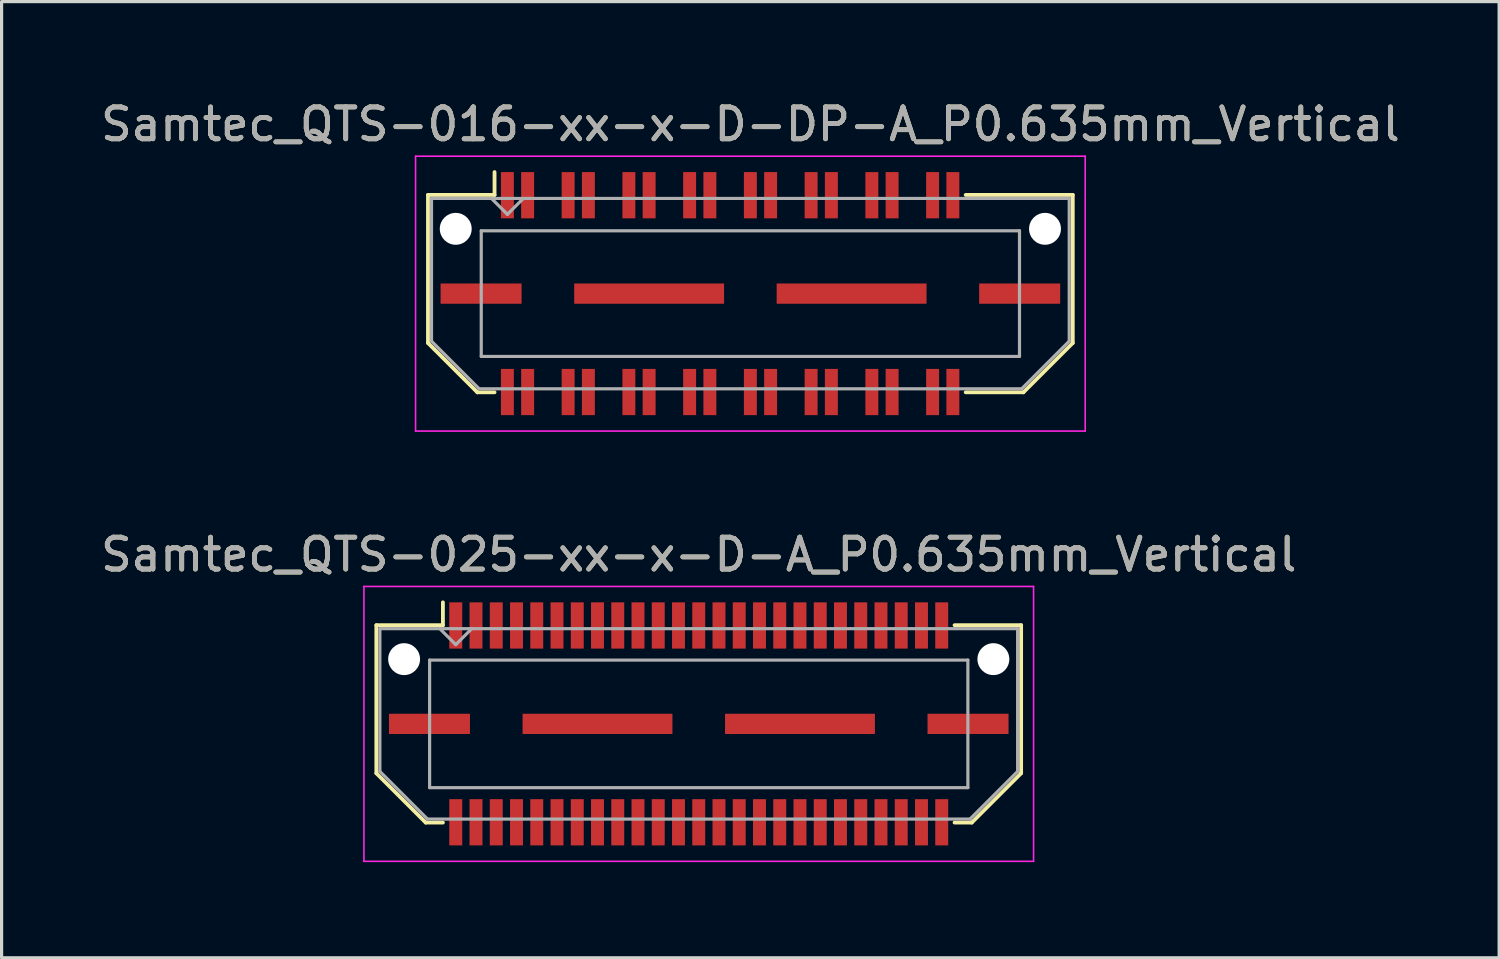
<source format=kicad_pcb>
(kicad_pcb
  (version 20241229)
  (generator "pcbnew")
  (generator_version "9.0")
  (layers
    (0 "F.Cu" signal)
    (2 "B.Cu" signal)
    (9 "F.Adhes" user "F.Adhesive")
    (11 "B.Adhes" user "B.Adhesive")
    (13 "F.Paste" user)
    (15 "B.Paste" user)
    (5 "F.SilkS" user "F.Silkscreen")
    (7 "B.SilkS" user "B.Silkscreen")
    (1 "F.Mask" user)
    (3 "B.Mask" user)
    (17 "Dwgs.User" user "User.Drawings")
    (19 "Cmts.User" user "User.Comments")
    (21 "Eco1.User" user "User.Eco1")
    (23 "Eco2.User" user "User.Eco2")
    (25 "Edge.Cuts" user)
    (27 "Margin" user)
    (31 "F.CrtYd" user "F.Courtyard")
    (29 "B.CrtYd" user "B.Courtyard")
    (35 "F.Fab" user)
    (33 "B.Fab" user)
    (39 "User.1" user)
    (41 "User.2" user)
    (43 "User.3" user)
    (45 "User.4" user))
  (footprint "Samtec_QTS-016-xx-x-D-DP-A_P0.635mm_Vertical"
    (layer "F.Cu")
    (at 20.482 6.158)
    (property "Reference" "Samtec_QTS-016-xx-x-D-DP-A_P0.635mm_Vertical" (at 0 -5.31 0) (layer "F.SilkS") (effects (font (size 1 1) (thickness 0.15))))
    (attr smd)
    (fp_line (start -10.11 -3.095) (end -10.11 1.548) (stroke (width 0.12) (type solid)) (layer "F.SilkS"))
    (fp_line (start -10.11 1.548) (end -8.562 3.095) (stroke (width 0.12) (type solid)) (layer "F.SilkS"))
    (fp_line (start -8.562 3.095) (end -8.023 3.095) (stroke (width 0.12) (type solid)) (layer "F.SilkS"))
    (fp_line (start -8.023 -3.811) (end -8.023 -3.095) (stroke (width 0.12) (type solid)) (layer "F.SilkS"))
    (fp_line (start -8.023 -3.095) (end -10.11 -3.095) (stroke (width 0.12) (type solid)) (layer "F.SilkS"))
    (fp_line (start 6.753 -3.095) (end 10.11 -3.095) (stroke (width 0.12) (type solid)) (layer "F.SilkS"))
    (fp_line (start 8.562 3.095) (end 6.753 3.095) (stroke (width 0.12) (type solid)) (layer "F.SilkS"))
    (fp_line (start 10.11 -3.095) (end 10.11 1.548) (stroke (width 0.12) (type solid)) (layer "F.SilkS"))
    (fp_line (start 10.11 1.548) (end 8.562 3.095) (stroke (width 0.12) (type solid)) (layer "F.SilkS"))
    (fp_line (start -10.5 -4.31) (end -10.5 4.31) (stroke (width 0.05) (type solid)) (layer "F.CrtYd"))
    (fp_line (start -10.5 4.31) (end 10.5 4.31) (stroke (width 0.05) (type solid)) (layer "F.CrtYd"))
    (fp_line (start 10.5 -4.31) (end -10.5 -4.31) (stroke (width 0.05) (type solid)) (layer "F.CrtYd"))
    (fp_line (start 10.5 4.31) (end 10.5 -4.31) (stroke (width 0.05) (type solid)) (layer "F.CrtYd"))
    (fp_line (start -10 -2.985) (end -10 1.492) (stroke (width 0.1) (type solid)) (layer "F.Fab"))
    (fp_line (start -10 -2.985) (end 10 -2.985) (stroke (width 0.1) (type solid)) (layer "F.Fab"))
    (fp_line (start -10 1.492) (end -8.508 2.985) (stroke (width 0.1) (type solid)) (layer "F.Fab"))
    (fp_line (start -8.508 2.985) (end 8.508 2.985) (stroke (width 0.1) (type solid)) (layer "F.Fab"))
    (fp_line (start -8.44 -1.97) (end -8.44 1.97) (stroke (width 0.1) (type solid)) (layer "F.Fab"))
    (fp_line (start -8.44 1.97) (end 8.44 1.97) (stroke (width 0.1) (type solid)) (layer "F.Fab"))
    (fp_line (start -7.62 -2.485) (end -8.12 -2.985) (stroke (width 0.1) (type solid)) (layer "F.Fab"))
    (fp_line (start -7.12 -2.985) (end -7.62 -2.485) (stroke (width 0.1) (type solid)) (layer "F.Fab"))
    (fp_line (start 8.44 -1.97) (end -8.44 -1.97) (stroke (width 0.1) (type solid)) (layer "F.Fab"))
    (fp_line (start 8.44 1.97) (end 8.44 -1.97) (stroke (width 0.1) (type solid)) (layer "F.Fab"))
    (fp_line (start 10 -2.985) (end 10 1.492) (stroke (width 0.1) (type solid)) (layer "F.Fab"))
    (fp_line (start 10 1.492) (end 8.508 2.985) (stroke (width 0.1) (type solid)) (layer "F.Fab"))
    (fp_text user "${REFERENCE}" (at 0 -5.31 0) (layer "F.Fab") (effects (font (size 1 1) (thickness 0.15))))
    (pad "" np_thru_hole circle (at -9.24 -2.032) (size 1 1) (drill 1) (layers "*.Cu" "*.Mask"))
    (pad "" np_thru_hole circle (at 9.24 -2.032) (size 1 1) (drill 1) (layers "*.Cu" "*.Mask"))
    (pad "1" smd rect (at -7.62 -3.086) (size 0.406 1.45) (layers "F.Cu" "F.Mask" "F.Paste"))
    (pad "2" smd rect (at -7.62 3.086) (size 0.406 1.45) (layers "F.Cu" "F.Mask" "F.Paste"))
    (pad "3" smd rect (at -6.985 -3.086) (size 0.406 1.45) (layers "F.Cu" "F.Mask" "F.Paste"))
    (pad "4" smd rect (at -6.985 3.086) (size 0.406 1.45) (layers "F.Cu" "F.Mask" "F.Paste"))
    (pad "5" smd rect (at -5.715 -3.086) (size 0.406 1.45) (layers "F.Cu" "F.Mask" "F.Paste"))
    (pad "6" smd rect (at -5.715 3.086) (size 0.406 1.45) (layers "F.Cu" "F.Mask" "F.Paste"))
    (pad "7" smd rect (at -5.08 -3.086) (size 0.406 1.45) (layers "F.Cu" "F.Mask" "F.Paste"))
    (pad "8" smd rect (at -5.08 3.086) (size 0.406 1.45) (layers "F.Cu" "F.Mask" "F.Paste"))
    (pad "9" smd rect (at -3.81 -3.086) (size 0.406 1.45) (layers "F.Cu" "F.Mask" "F.Paste"))
    (pad "10" smd rect (at -3.81 3.086) (size 0.406 1.45) (layers "F.Cu" "F.Mask" "F.Paste"))
    (pad "11" smd rect (at -3.175 -3.086) (size 0.406 1.45) (layers "F.Cu" "F.Mask" "F.Paste"))
    (pad "12" smd rect (at -3.175 3.086) (size 0.406 1.45) (layers "F.Cu" "F.Mask" "F.Paste"))
    (pad "13" smd rect (at -1.905 -3.086) (size 0.406 1.45) (layers "F.Cu" "F.Mask" "F.Paste"))
    (pad "14" smd rect (at -1.905 3.086) (size 0.406 1.45) (layers "F.Cu" "F.Mask" "F.Paste"))
    (pad "15" smd rect (at -1.27 -3.086) (size 0.406 1.45) (layers "F.Cu" "F.Mask" "F.Paste"))
    (pad "16" smd rect (at -1.27 3.086) (size 0.406 1.45) (layers "F.Cu" "F.Mask" "F.Paste"))
    (pad "17" smd rect (at 0 -3.086) (size 0.406 1.45) (layers "F.Cu" "F.Mask" "F.Paste"))
    (pad "18" smd rect (at 0 3.086) (size 0.406 1.45) (layers "F.Cu" "F.Mask" "F.Paste"))
    (pad "19" smd rect (at 0.635 -3.086) (size 0.406 1.45) (layers "F.Cu" "F.Mask" "F.Paste"))
    (pad "20" smd rect (at 0.635 3.086) (size 0.406 1.45) (layers "F.Cu" "F.Mask" "F.Paste"))
    (pad "21" smd rect (at 1.905 -3.086) (size 0.406 1.45) (layers "F.Cu" "F.Mask" "F.Paste"))
    (pad "22" smd rect (at 1.905 3.086) (size 0.406 1.45) (layers "F.Cu" "F.Mask" "F.Paste"))
    (pad "23" smd rect (at 2.54 -3.086) (size 0.406 1.45) (layers "F.Cu" "F.Mask" "F.Paste"))
    (pad "24" smd rect (at 2.54 3.086) (size 0.406 1.45) (layers "F.Cu" "F.Mask" "F.Paste"))
    (pad "25" smd rect (at 3.81 -3.086) (size 0.406 1.45) (layers "F.Cu" "F.Mask" "F.Paste"))
    (pad "26" smd rect (at 3.81 3.086) (size 0.406 1.45) (layers "F.Cu" "F.Mask" "F.Paste"))
    (pad "27" smd rect (at 4.445 -3.086) (size 0.406 1.45) (layers "F.Cu" "F.Mask" "F.Paste"))
    (pad "28" smd rect (at 4.445 3.086) (size 0.406 1.45) (layers "F.Cu" "F.Mask" "F.Paste"))
    (pad "29" smd rect (at 5.715 -3.086) (size 0.406 1.45) (layers "F.Cu" "F.Mask" "F.Paste"))
    (pad "30" smd rect (at 5.715 3.086) (size 0.406 1.45) (layers "F.Cu" "F.Mask" "F.Paste"))
    (pad "31" smd rect (at 6.35 -3.086) (size 0.406 1.45) (layers "F.Cu" "F.Mask" "F.Paste"))
    (pad "32" smd rect (at 6.35 3.086) (size 0.406 1.45) (layers "F.Cu" "F.Mask" "F.Paste"))
    (pad "P1" smd rect (at -8.445 0) (size 2.54 0.635) (layers "F.Cu" "F.Mask" "F.Paste"))
    (pad "P1" smd rect (at -3.175 0) (size 4.7 0.635) (layers "F.Cu" "F.Mask" "F.Paste"))
    (pad "P1" smd rect (at 3.175 0) (size 4.7 0.635) (layers "F.Cu" "F.Mask" "F.Paste"))
    (pad "P1" smd rect (at 8.445 0) (size 2.54 0.635) (layers "F.Cu" "F.Mask" "F.Paste")))
  (footprint "Samtec_QTS-025-xx-x-D-A_P0.635mm_Vertical"
    (layer "F.Cu")
    (at 18.863 19.651)
    (property "Reference" "Samtec_QTS-025-xx-x-D-A_P0.635mm_Vertical" (at 0 -5.31 0) (layer "F.SilkS") (effects (font (size 1 1) (thickness 0.15))))
    (attr smd)
    (fp_line (start -10.11 -3.095) (end -10.11 1.548) (stroke (width 0.12) (type solid)) (layer "F.SilkS"))
    (fp_line (start -10.11 1.548) (end -8.562 3.095) (stroke (width 0.12) (type solid)) (layer "F.SilkS"))
    (fp_line (start -8.562 3.095) (end -8.023 3.095) (stroke (width 0.12) (type solid)) (layer "F.SilkS"))
    (fp_line (start -8.023 -3.811) (end -8.023 -3.095) (stroke (width 0.12) (type solid)) (layer "F.SilkS"))
    (fp_line (start -8.023 -3.095) (end -10.11 -3.095) (stroke (width 0.12) (type solid)) (layer "F.SilkS"))
    (fp_line (start 8.023 -3.095) (end 10.11 -3.095) (stroke (width 0.12) (type solid)) (layer "F.SilkS"))
    (fp_line (start 8.562 3.095) (end 8.023 3.095) (stroke (width 0.12) (type solid)) (layer "F.SilkS"))
    (fp_line (start 10.11 -3.095) (end 10.11 1.548) (stroke (width 0.12) (type solid)) (layer "F.SilkS"))
    (fp_line (start 10.11 1.548) (end 8.562 3.095) (stroke (width 0.12) (type solid)) (layer "F.SilkS"))
    (fp_line (start -10.5 -4.31) (end -10.5 4.31) (stroke (width 0.05) (type solid)) (layer "F.CrtYd"))
    (fp_line (start -10.5 4.31) (end 10.5 4.31) (stroke (width 0.05) (type solid)) (layer "F.CrtYd"))
    (fp_line (start 10.5 -4.31) (end -10.5 -4.31) (stroke (width 0.05) (type solid)) (layer "F.CrtYd"))
    (fp_line (start 10.5 4.31) (end 10.5 -4.31) (stroke (width 0.05) (type solid)) (layer "F.CrtYd"))
    (fp_line (start -10 -2.985) (end -10 1.492) (stroke (width 0.1) (type solid)) (layer "F.Fab"))
    (fp_line (start -10 -2.985) (end 10 -2.985) (stroke (width 0.1) (type solid)) (layer "F.Fab"))
    (fp_line (start -10 1.492) (end -8.508 2.985) (stroke (width 0.1) (type solid)) (layer "F.Fab"))
    (fp_line (start -8.508 2.985) (end 8.508 2.985) (stroke (width 0.1) (type solid)) (layer "F.Fab"))
    (fp_line (start -8.44 -2) (end -8.44 2) (stroke (width 0.1) (type solid)) (layer "F.Fab"))
    (fp_line (start -8.44 2) (end 8.44 2) (stroke (width 0.1) (type solid)) (layer "F.Fab"))
    (fp_line (start -7.62 -2.485) (end -8.12 -2.985) (stroke (width 0.1) (type solid)) (layer "F.Fab"))
    (fp_line (start -7.12 -2.985) (end -7.62 -2.485) (stroke (width 0.1) (type solid)) (layer "F.Fab"))
    (fp_line (start 8.44 -2) (end -8.44 -2) (stroke (width 0.1) (type solid)) (layer "F.Fab"))
    (fp_line (start 8.44 2) (end 8.44 -2) (stroke (width 0.1) (type solid)) (layer "F.Fab"))
    (fp_line (start 10 -2.985) (end 10 1.492) (stroke (width 0.1) (type solid)) (layer "F.Fab"))
    (fp_line (start 10 1.492) (end 8.508 2.985) (stroke (width 0.1) (type solid)) (layer "F.Fab"))
    (fp_text user "${REFERENCE}" (at 0 -5.31 0) (layer "F.Fab") (effects (font (size 1 1) (thickness 0.15))))
    (pad "" np_thru_hole circle (at -9.24 -2.03) (size 1 1) (drill 1) (layers "*.Cu" "*.Mask"))
    (pad "" np_thru_hole circle (at 9.24 -2.03) (size 1 1) (drill 1) (layers "*.Cu" "*.Mask"))
    (pad "1" smd rect (at -7.62 -3.086) (size 0.406 1.45) (layers "F.Cu" "F.Mask" "F.Paste"))
    (pad "2" smd rect (at -7.62 3.086) (size 0.406 1.45) (layers "F.Cu" "F.Mask" "F.Paste"))
    (pad "3" smd rect (at -6.985 -3.086) (size 0.406 1.45) (layers "F.Cu" "F.Mask" "F.Paste"))
    (pad "4" smd rect (at -6.985 3.086) (size 0.406 1.45) (layers "F.Cu" "F.Mask" "F.Paste"))
    (pad "5" smd rect (at -6.35 -3.086) (size 0.406 1.45) (layers "F.Cu" "F.Mask" "F.Paste"))
    (pad "6" smd rect (at -6.35 3.086) (size 0.406 1.45) (layers "F.Cu" "F.Mask" "F.Paste"))
    (pad "7" smd rect (at -5.715 -3.086) (size 0.406 1.45) (layers "F.Cu" "F.Mask" "F.Paste"))
    (pad "8" smd rect (at -5.715 3.086) (size 0.406 1.45) (layers "F.Cu" "F.Mask" "F.Paste"))
    (pad "9" smd rect (at -5.08 -3.086) (size 0.406 1.45) (layers "F.Cu" "F.Mask" "F.Paste"))
    (pad "10" smd rect (at -5.08 3.086) (size 0.406 1.45) (layers "F.Cu" "F.Mask" "F.Paste"))
    (pad "11" smd rect (at -4.445 -3.086) (size 0.406 1.45) (layers "F.Cu" "F.Mask" "F.Paste"))
    (pad "12" smd rect (at -4.445 3.086) (size 0.406 1.45) (layers "F.Cu" "F.Mask" "F.Paste"))
    (pad "13" smd rect (at -3.81 -3.086) (size 0.406 1.45) (layers "F.Cu" "F.Mask" "F.Paste"))
    (pad "14" smd rect (at -3.81 3.086) (size 0.406 1.45) (layers "F.Cu" "F.Mask" "F.Paste"))
    (pad "15" smd rect (at -3.175 -3.086) (size 0.406 1.45) (layers "F.Cu" "F.Mask" "F.Paste"))
    (pad "16" smd rect (at -3.175 3.086) (size 0.406 1.45) (layers "F.Cu" "F.Mask" "F.Paste"))
    (pad "17" smd rect (at -2.54 -3.086) (size 0.406 1.45) (layers "F.Cu" "F.Mask" "F.Paste"))
    (pad "18" smd rect (at -2.54 3.086) (size 0.406 1.45) (layers "F.Cu" "F.Mask" "F.Paste"))
    (pad "19" smd rect (at -1.905 -3.086) (size 0.406 1.45) (layers "F.Cu" "F.Mask" "F.Paste"))
    (pad "20" smd rect (at -1.905 3.086) (size 0.406 1.45) (layers "F.Cu" "F.Mask" "F.Paste"))
    (pad "21" smd rect (at -1.27 -3.086) (size 0.406 1.45) (layers "F.Cu" "F.Mask" "F.Paste"))
    (pad "22" smd rect (at -1.27 3.086) (size 0.406 1.45) (layers "F.Cu" "F.Mask" "F.Paste"))
    (pad "23" smd rect (at -0.635 -3.086) (size 0.406 1.45) (layers "F.Cu" "F.Mask" "F.Paste"))
    (pad "24" smd rect (at -0.635 3.086) (size 0.406 1.45) (layers "F.Cu" "F.Mask" "F.Paste"))
    (pad "25" smd rect (at 0 -3.086) (size 0.406 1.45) (layers "F.Cu" "F.Mask" "F.Paste"))
    (pad "26" smd rect (at 0 3.086) (size 0.406 1.45) (layers "F.Cu" "F.Mask" "F.Paste"))
    (pad "27" smd rect (at 0.635 -3.086) (size 0.406 1.45) (layers "F.Cu" "F.Mask" "F.Paste"))
    (pad "28" smd rect (at 0.635 3.086) (size 0.406 1.45) (layers "F.Cu" "F.Mask" "F.Paste"))
    (pad "29" smd rect (at 1.27 -3.086) (size 0.406 1.45) (layers "F.Cu" "F.Mask" "F.Paste"))
    (pad "30" smd rect (at 1.27 3.086) (size 0.406 1.45) (layers "F.Cu" "F.Mask" "F.Paste"))
    (pad "31" smd rect (at 1.905 -3.086) (size 0.406 1.45) (layers "F.Cu" "F.Mask" "F.Paste"))
    (pad "32" smd rect (at 1.905 3.086) (size 0.406 1.45) (layers "F.Cu" "F.Mask" "F.Paste"))
    (pad "33" smd rect (at 2.54 -3.086) (size 0.406 1.45) (layers "F.Cu" "F.Mask" "F.Paste"))
    (pad "34" smd rect (at 2.54 3.086) (size 0.406 1.45) (layers "F.Cu" "F.Mask" "F.Paste"))
    (pad "35" smd rect (at 3.175 -3.086) (size 0.406 1.45) (layers "F.Cu" "F.Mask" "F.Paste"))
    (pad "36" smd rect (at 3.175 3.086) (size 0.406 1.45) (layers "F.Cu" "F.Mask" "F.Paste"))
    (pad "37" smd rect (at 3.81 -3.086) (size 0.406 1.45) (layers "F.Cu" "F.Mask" "F.Paste"))
    (pad "38" smd rect (at 3.81 3.086) (size 0.406 1.45) (layers "F.Cu" "F.Mask" "F.Paste"))
    (pad "39" smd rect (at 4.445 -3.086) (size 0.406 1.45) (layers "F.Cu" "F.Mask" "F.Paste"))
    (pad "40" smd rect (at 4.445 3.086) (size 0.406 1.45) (layers "F.Cu" "F.Mask" "F.Paste"))
    (pad "41" smd rect (at 5.08 -3.086) (size 0.406 1.45) (layers "F.Cu" "F.Mask" "F.Paste"))
    (pad "42" smd rect (at 5.08 3.086) (size 0.406 1.45) (layers "F.Cu" "F.Mask" "F.Paste"))
    (pad "43" smd rect (at 5.715 -3.086) (size 0.406 1.45) (layers "F.Cu" "F.Mask" "F.Paste"))
    (pad "44" smd rect (at 5.715 3.086) (size 0.406 1.45) (layers "F.Cu" "F.Mask" "F.Paste"))
    (pad "45" smd rect (at 6.35 -3.086) (size 0.406 1.45) (layers "F.Cu" "F.Mask" "F.Paste"))
    (pad "46" smd rect (at 6.35 3.086) (size 0.406 1.45) (layers "F.Cu" "F.Mask" "F.Paste"))
    (pad "47" smd rect (at 6.985 -3.086) (size 0.406 1.45) (layers "F.Cu" "F.Mask" "F.Paste"))
    (pad "48" smd rect (at 6.985 3.086) (size 0.406 1.45) (layers "F.Cu" "F.Mask" "F.Paste"))
    (pad "49" smd rect (at 7.62 -3.086) (size 0.406 1.45) (layers "F.Cu" "F.Mask" "F.Paste"))
    (pad "50" smd rect (at 7.62 3.086) (size 0.406 1.45) (layers "F.Cu" "F.Mask" "F.Paste"))
    (pad "P1" smd rect (at -8.445 0) (size 2.54 0.635) (layers "F.Cu" "F.Mask" "F.Paste"))
    (pad "P1" smd rect (at -3.175 0) (size 4.7 0.635) (layers "F.Cu" "F.Mask" "F.Paste"))
    (pad "P1" smd rect (at 3.175 0) (size 4.7 0.635) (layers "F.Cu" "F.Mask" "F.Paste"))
    (pad "P1" smd rect (at 8.445 0) (size 2.54 0.635) (layers "F.Cu" "F.Mask" "F.Paste")))
  (gr_rect
    (start -3 -3)
    (end 43.964 26.986)
    (stroke (width 0.1) (type default))
    (fill no)
    (layer "Edge.Cuts")))
</source>
